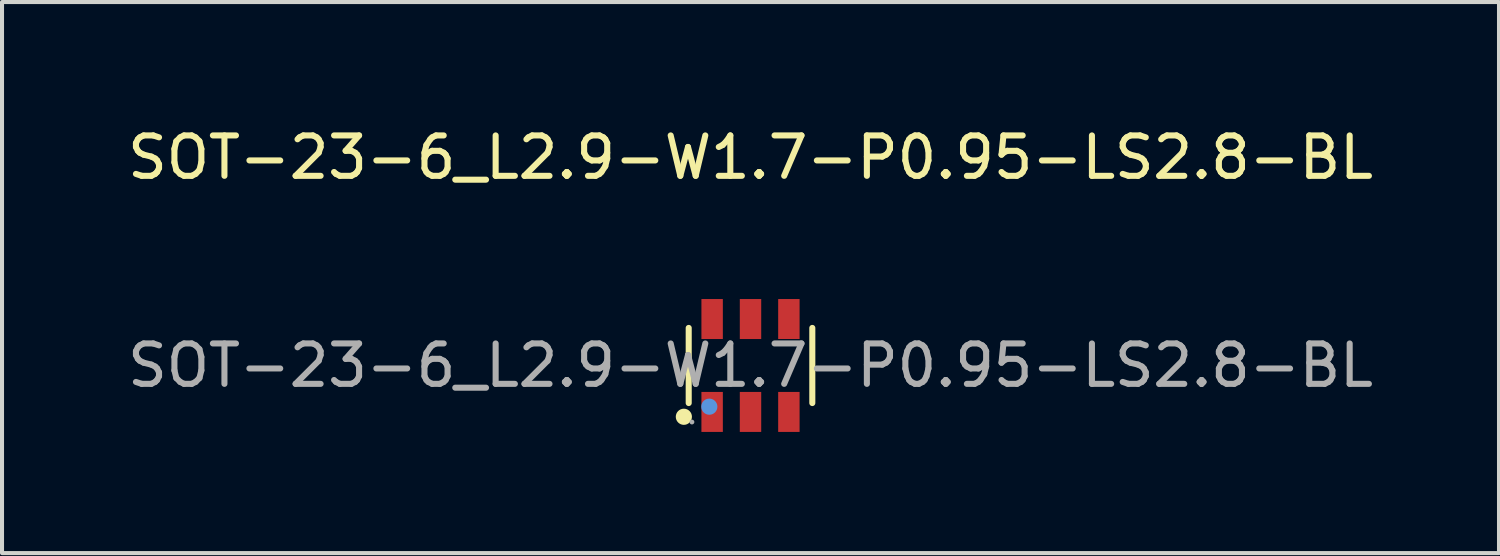
<source format=kicad_pcb>
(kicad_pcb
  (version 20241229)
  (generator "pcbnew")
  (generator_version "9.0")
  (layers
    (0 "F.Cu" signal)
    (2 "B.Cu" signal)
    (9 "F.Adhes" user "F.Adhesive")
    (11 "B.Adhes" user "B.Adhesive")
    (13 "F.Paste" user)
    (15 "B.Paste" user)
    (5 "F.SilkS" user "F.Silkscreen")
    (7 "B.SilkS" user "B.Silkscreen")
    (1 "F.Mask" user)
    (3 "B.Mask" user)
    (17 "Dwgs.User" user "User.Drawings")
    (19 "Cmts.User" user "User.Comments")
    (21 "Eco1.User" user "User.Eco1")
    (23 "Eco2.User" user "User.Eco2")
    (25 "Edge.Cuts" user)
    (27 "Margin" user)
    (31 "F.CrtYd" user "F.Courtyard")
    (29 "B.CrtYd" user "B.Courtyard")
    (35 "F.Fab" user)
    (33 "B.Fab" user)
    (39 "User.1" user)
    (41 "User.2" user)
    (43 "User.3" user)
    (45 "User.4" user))
  (footprint "SOT-23-6_L2.9-W1.7-P0.95-LS2.8-BL"
    (layer "F.Cu")
    (at 15.53 5.998)
    (property "Reference" "SOT-23-6_L2.9-W1.7-P0.95-LS2.8-BL" (at 0 -5.15 0) (layer "F.SilkS") (effects (font (size 1 1) (thickness 0.15))))
    (attr smd)
    (fp_line (start -1.53 0.93) (end -1.53 -0.93) (stroke (width 0.15) (type solid)) (layer "F.SilkS"))
    (fp_line (start 1.53 0.93) (end 1.53 -0.93) (stroke (width 0.15) (type solid)) (layer "F.SilkS"))
    (fp_circle (center -1.65 1.27) (end -1.55 1.27) (stroke (width 0.2) (type solid)) (fill no) (layer "F.SilkS"))
    (fp_circle (center -1.02 1.02) (end -0.92 1.02) (stroke (width 0.2) (type solid)) (fill no) (layer "Cmts.User"))
    (fp_circle (center -1.45 1.4) (end -1.42 1.4) (stroke (width 0.06) (type solid)) (fill no) (layer "F.Fab"))
    (fp_text user "${REFERENCE}" (at 0 0 0) (layer "F.Fab") (effects (font (size 1 1) (thickness 0.15))))
    (pad "1" smd rect (at -0.95 1.15) (size 0.53 0.99) (layers "F.Cu" "F.Mask" "F.Paste"))
    (pad "2" smd rect (at 0 1.15) (size 0.53 0.99) (layers "F.Cu" "F.Mask" "F.Paste"))
    (pad "3" smd rect (at 0.95 1.15) (size 0.53 0.99) (layers "F.Cu" "F.Mask" "F.Paste"))
    (pad "4" smd rect (at 0.95 -1.15) (size 0.53 0.99) (layers "F.Cu" "F.Mask" "F.Paste"))
    (pad "5" smd rect (at 0 -1.15) (size 0.53 0.99) (layers "F.Cu" "F.Mask" "F.Paste"))
    (pad "6" smd rect (at -0.95 -1.15) (size 0.53 0.99) (layers "F.Cu" "F.Mask" "F.Paste")))
  (gr_rect
    (start -3 -3)
    (end 34.06 10.643)
    (stroke (width 0.1) (type default))
    (fill no)
    (layer "Edge.Cuts")))
</source>
